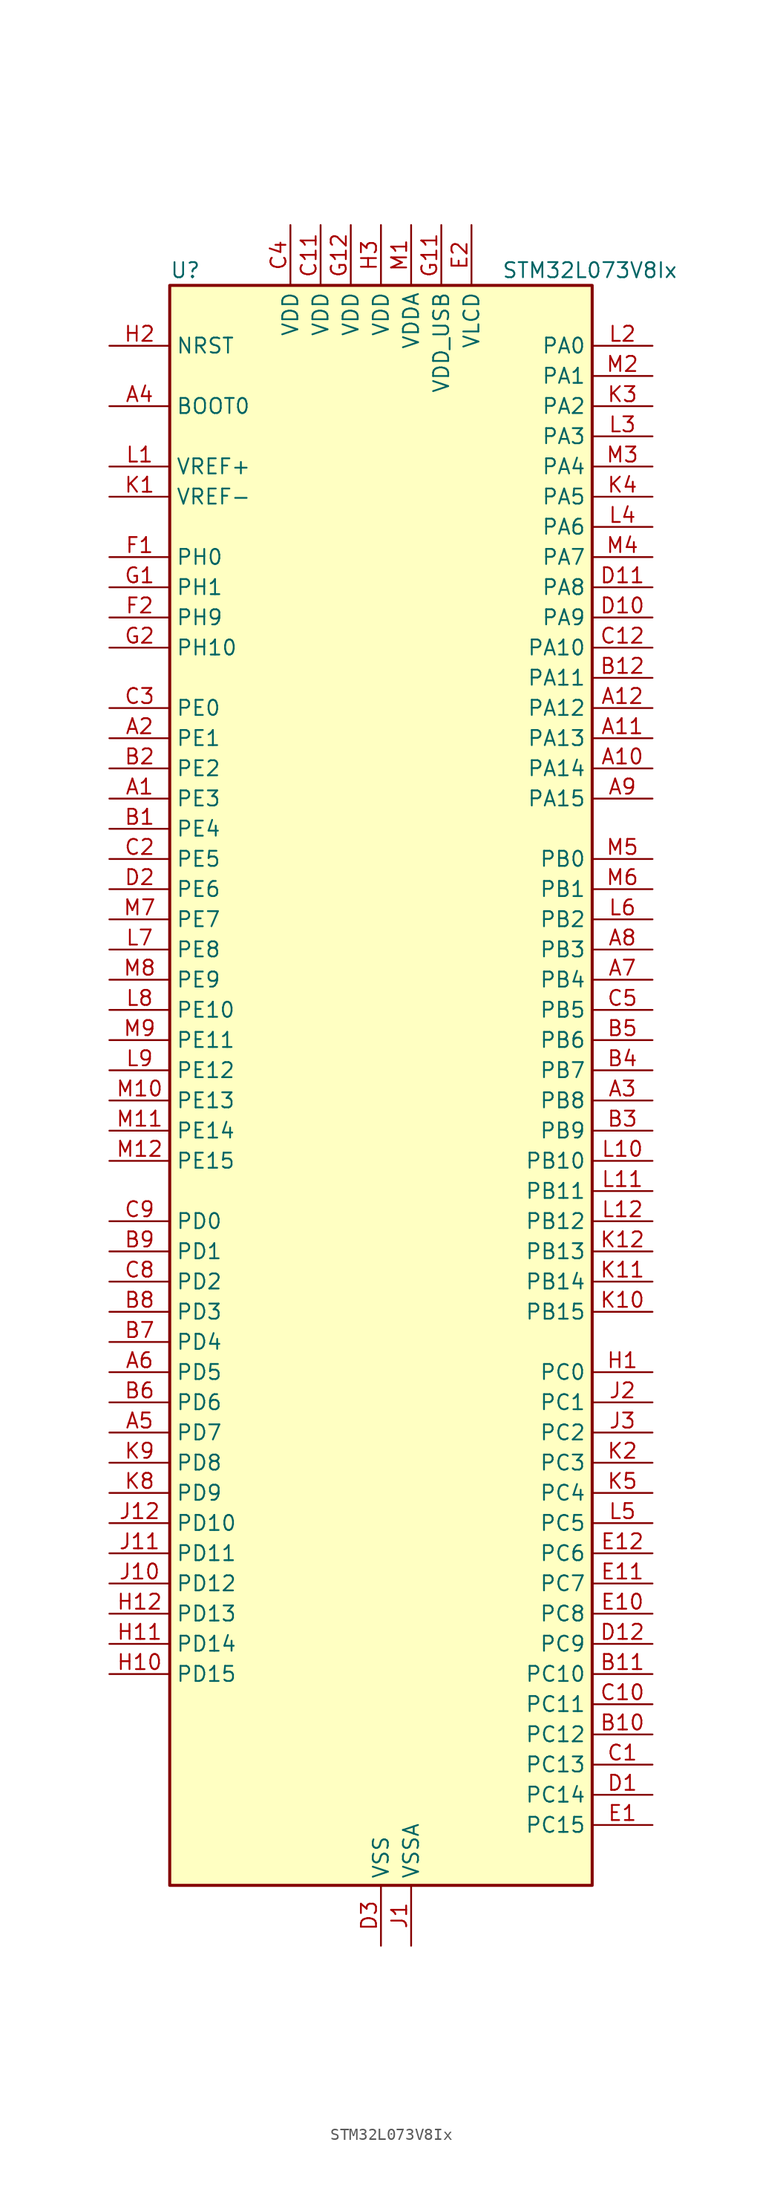
<source format=kicad_sym>
(kicad_symbol_lib
  (version 20241209)
  (generator "kicad_symbol_editor")
  (generator_version "9.0")
  (symbol "STM32L073V8Ix"
    (property "Reference" "U"
      (at -17.78 69.85 0)
      (effects (font (size 1.27 1.27)) (justify left)))
    (property "Value" "STM32L073V8Ix"
      (at 10.16 69.85 0)
      (effects (font (size 1.27 1.27)) (justify left)))
    (symbol "STM32L073V8Ix_0_1"
      (rectangle (start -17.78 -66.04) (end 17.78 68.58) (stroke (width 0.254) (type default)) (fill (type background))))
    (symbol "STM32L073V8Ix_1_1"
      (pin input line (at -22.86 63.5 0) (length 5.08) (name "NRST" (effects (font (size 1.27 1.27)))) (number "H2" (effects (font (size 1.27 1.27)))))
      (pin input line (at -22.86 58.42 0) (length 5.08) (name "BOOT0" (effects (font (size 1.27 1.27)))) (number "A4" (effects (font (size 1.27 1.27)))))
      (pin input line (at -22.86 53.34 0) (length 5.08) (name "VREF+" (effects (font (size 1.27 1.27)))) (number "L1" (effects (font (size 1.27 1.27)))))
      (pin input line (at -22.86 50.8 0) (length 5.08) (name "VREF-" (effects (font (size 1.27 1.27)))) (number "K1" (effects (font (size 1.27 1.27)))))
      (pin bidirectional line (at -22.86 45.72 0) (length 5.08) (name "PH0" (effects (font (size 1.27 1.27)))) (number "F1" (effects (font (size 1.27 1.27)))) (alternate "CRS_SYNC" bidirectional line) (alternate "RCC_OSC_IN" bidirectional line))
      (pin bidirectional line (at -22.86 43.18 0) (length 5.08) (name "PH1" (effects (font (size 1.27 1.27)))) (number "G1" (effects (font (size 1.27 1.27)))) (alternate "RCC_OSC_OUT" bidirectional line))
      (pin bidirectional line (at -22.86 40.64 0) (length 5.08) (name "PH9" (effects (font (size 1.27 1.27)))) (number "F2" (effects (font (size 1.27 1.27)))) (alternate "DAC_EXTI9" bidirectional line))
      (pin bidirectional line (at -22.86 38.1 0) (length 5.08) (name "PH10" (effects (font (size 1.27 1.27)))) (number "G2" (effects (font (size 1.27 1.27)))))
      (pin bidirectional line (at -22.86 33.02 0) (length 5.08) (name "PE0" (effects (font (size 1.27 1.27)))) (number "C3" (effects (font (size 1.27 1.27)))) (alternate "LCD_SEG36" bidirectional line))
      (pin bidirectional line (at -22.86 30.48 0) (length 5.08) (name "PE1" (effects (font (size 1.27 1.27)))) (number "A2" (effects (font (size 1.27 1.27)))) (alternate "LCD_SEG37" bidirectional line))
      (pin bidirectional line (at -22.86 27.94 0) (length 5.08) (name "PE2" (effects (font (size 1.27 1.27)))) (number "B2" (effects (font (size 1.27 1.27)))) (alternate "LCD_SEG38" bidirectional line) (alternate "TIM3_ETR" bidirectional line))
      (pin bidirectional line (at -22.86 25.4 0) (length 5.08) (name "PE3" (effects (font (size 1.27 1.27)))) (number "A1" (effects (font (size 1.27 1.27)))) (alternate "LCD_SEG39" bidirectional line) (alternate "TIM22_CH1" bidirectional line) (alternate "TIM3_CH1" bidirectional line))
      (pin bidirectional line (at -22.86 22.86 0) (length 5.08) (name "PE4" (effects (font (size 1.27 1.27)))) (number "B1" (effects (font (size 1.27 1.27)))) (alternate "TIM22_CH2" bidirectional line) (alternate "TIM3_CH2" bidirectional line))
      (pin bidirectional line (at -22.86 20.32 0) (length 5.08) (name "PE5" (effects (font (size 1.27 1.27)))) (number "C2" (effects (font (size 1.27 1.27)))) (alternate "TIM21_CH1" bidirectional line) (alternate "TIM3_CH3" bidirectional line))
      (pin bidirectional line (at -22.86 17.78 0) (length 5.08) (name "PE6" (effects (font (size 1.27 1.27)))) (number "D2" (effects (font (size 1.27 1.27)))) (alternate "RTC_TAMP3" bidirectional line) (alternate "SYS_WKUP3" bidirectional line) (alternate "TIM21_CH2" bidirectional line) (alternate "TIM3_CH4" bidirectional line))
      (pin bidirectional line (at -22.86 15.24 0) (length 5.08) (name "PE7" (effects (font (size 1.27 1.27)))) (number "M7" (effects (font (size 1.27 1.27)))) (alternate "LCD_SEG45" bidirectional line) (alternate "USART5_CK" bidirectional line) (alternate "USART5_DE" bidirectional line) (alternate "USART5_RTS" bidirectional line))
      (pin bidirectional line (at -22.86 12.7 0) (length 5.08) (name "PE8" (effects (font (size 1.27 1.27)))) (number "L7" (effects (font (size 1.27 1.27)))) (alternate "LCD_SEG46" bidirectional line) (alternate "USART4_TX" bidirectional line))
      (pin bidirectional line (at -22.86 10.16 0) (length 5.08) (name "PE9" (effects (font (size 1.27 1.27)))) (number "M8" (effects (font (size 1.27 1.27)))) (alternate "DAC_EXTI9" bidirectional line) (alternate "LCD_SEG47" bidirectional line) (alternate "TIM2_CH1" bidirectional line) (alternate "TIM2_ETR" bidirectional line) (alternate "USART4_RX" bidirectional line))
      (pin bidirectional line (at -22.86 7.62 0) (length 5.08) (name "PE10" (effects (font (size 1.27 1.27)))) (number "L8" (effects (font (size 1.27 1.27)))) (alternate "LCD_SEG40" bidirectional line) (alternate "TIM2_CH2" bidirectional line) (alternate "USART5_TX" bidirectional line))
      (pin bidirectional line (at -22.86 5.08 0) (length 5.08) (name "PE11" (effects (font (size 1.27 1.27)))) (number "M9" (effects (font (size 1.27 1.27)))) (alternate "ADC_EXTI11" bidirectional line) (alternate "LCD_VLCD1" bidirectional line) (alternate "TIM2_CH3" bidirectional line) (alternate "USART5_RX" bidirectional line))
      (pin bidirectional line (at -22.86 2.54 0) (length 5.08) (name "PE12" (effects (font (size 1.27 1.27)))) (number "L9" (effects (font (size 1.27 1.27)))) (alternate "LCD_VLCD3" bidirectional line) (alternate "SPI1_NSS" bidirectional line) (alternate "TIM2_CH4" bidirectional line))
      (pin bidirectional line (at -22.86 0 0) (length 5.08) (name "PE13" (effects (font (size 1.27 1.27)))) (number "M10" (effects (font (size 1.27 1.27)))) (alternate "LCD_SEG41" bidirectional line) (alternate "SPI1_SCK" bidirectional line))
      (pin bidirectional line (at -22.86 -2.54 0) (length 5.08) (name "PE14" (effects (font (size 1.27 1.27)))) (number "M11" (effects (font (size 1.27 1.27)))) (alternate "LCD_SEG42" bidirectional line) (alternate "SPI1_MISO" bidirectional line))
      (pin bidirectional line (at -22.86 -5.08 0) (length 5.08) (name "PE15" (effects (font (size 1.27 1.27)))) (number "M12" (effects (font (size 1.27 1.27)))) (alternate "LCD_SEG43" bidirectional line) (alternate "SPI1_MOSI" bidirectional line))
      (pin bidirectional line (at -22.86 -10.16 0) (length 5.08) (name "PD0" (effects (font (size 1.27 1.27)))) (number "C9" (effects (font (size 1.27 1.27)))) (alternate "I2S2_WS" bidirectional line) (alternate "SPI2_NSS" bidirectional line) (alternate "TIM21_CH1" bidirectional line))
      (pin bidirectional line (at -22.86 -12.7 0) (length 5.08) (name "PD1" (effects (font (size 1.27 1.27)))) (number "B9" (effects (font (size 1.27 1.27)))) (alternate "I2S2_CK" bidirectional line) (alternate "SPI2_SCK" bidirectional line))
      (pin bidirectional line (at -22.86 -15.24 0) (length 5.08) (name "PD2" (effects (font (size 1.27 1.27)))) (number "C8" (effects (font (size 1.27 1.27)))) (alternate "LCD_COM7" bidirectional line) (alternate "LCD_SEG31" bidirectional line) (alternate "LCD_SEG51" bidirectional line) (alternate "LPUART1_DE" bidirectional line) (alternate "LPUART1_RTS" bidirectional line) (alternate "TIM3_ETR" bidirectional line) (alternate "USART5_RX" bidirectional line))
      (pin bidirectional line (at -22.86 -17.78 0) (length 5.08) (name "PD3" (effects (font (size 1.27 1.27)))) (number "B8" (effects (font (size 1.27 1.27)))) (alternate "I2S2_MCK" bidirectional line) (alternate "LCD_SEG44" bidirectional line) (alternate "SPI2_MISO" bidirectional line) (alternate "USART2_CTS" bidirectional line))
      (pin bidirectional line (at -22.86 -20.32 0) (length 5.08) (name "PD4" (effects (font (size 1.27 1.27)))) (number "B7" (effects (font (size 1.27 1.27)))) (alternate "I2S2_SD" bidirectional line) (alternate "SPI2_MOSI" bidirectional line) (alternate "USART2_DE" bidirectional line) (alternate "USART2_RTS" bidirectional line))
      (pin bidirectional line (at -22.86 -22.86 0) (length 5.08) (name "PD5" (effects (font (size 1.27 1.27)))) (number "A6" (effects (font (size 1.27 1.27)))) (alternate "USART2_TX" bidirectional line))
      (pin bidirectional line (at -22.86 -25.4 0) (length 5.08) (name "PD6" (effects (font (size 1.27 1.27)))) (number "B6" (effects (font (size 1.27 1.27)))) (alternate "USART2_RX" bidirectional line))
      (pin bidirectional line (at -22.86 -27.94 0) (length 5.08) (name "PD7" (effects (font (size 1.27 1.27)))) (number "A5" (effects (font (size 1.27 1.27)))) (alternate "TIM21_CH2" bidirectional line) (alternate "USART2_CK" bidirectional line))
      (pin bidirectional line (at -22.86 -30.48 0) (length 5.08) (name "PD8" (effects (font (size 1.27 1.27)))) (number "K9" (effects (font (size 1.27 1.27)))) (alternate "LCD_SEG28" bidirectional line) (alternate "LPUART1_TX" bidirectional line))
      (pin bidirectional line (at -22.86 -33.02 0) (length 5.08) (name "PD9" (effects (font (size 1.27 1.27)))) (number "K8" (effects (font (size 1.27 1.27)))) (alternate "DAC_EXTI9" bidirectional line) (alternate "LCD_SEG29" bidirectional line) (alternate "LPUART1_RX" bidirectional line))
      (pin bidirectional line (at -22.86 -35.56 0) (length 5.08) (name "PD10" (effects (font (size 1.27 1.27)))) (number "J12" (effects (font (size 1.27 1.27)))) (alternate "LCD_SEG30" bidirectional line))
      (pin bidirectional line (at -22.86 -38.1 0) (length 5.08) (name "PD11" (effects (font (size 1.27 1.27)))) (number "J11" (effects (font (size 1.27 1.27)))) (alternate "ADC_EXTI11" bidirectional line) (alternate "LCD_SEG31" bidirectional line) (alternate "LPUART1_CTS" bidirectional line))
      (pin bidirectional line (at -22.86 -40.64 0) (length 5.08) (name "PD12" (effects (font (size 1.27 1.27)))) (number "J10" (effects (font (size 1.27 1.27)))) (alternate "LCD_SEG32" bidirectional line) (alternate "LPUART1_DE" bidirectional line) (alternate "LPUART1_RTS" bidirectional line))
      (pin bidirectional line (at -22.86 -43.18 0) (length 5.08) (name "PD13" (effects (font (size 1.27 1.27)))) (number "H12" (effects (font (size 1.27 1.27)))) (alternate "LCD_SEG33" bidirectional line))
      (pin bidirectional line (at -22.86 -45.72 0) (length 5.08) (name "PD14" (effects (font (size 1.27 1.27)))) (number "H11" (effects (font (size 1.27 1.27)))) (alternate "LCD_SEG34" bidirectional line))
      (pin bidirectional line (at -22.86 -48.26 0) (length 5.08) (name "PD15" (effects (font (size 1.27 1.27)))) (number "H10" (effects (font (size 1.27 1.27)))) (alternate "CRS_SYNC" bidirectional line) (alternate "LCD_SEG35" bidirectional line))
      (pin power_in line (at -7.62 73.66 270) (length 5.08) (name "VDD" (effects (font (size 1.27 1.27)))) (number "C4" (effects (font (size 1.27 1.27)))))
      (pin power_in line (at -5.08 73.66 270) (length 5.08) (name "VDD" (effects (font (size 1.27 1.27)))) (number "C11" (effects (font (size 1.27 1.27)))))
      (pin power_in line (at -2.54 73.66 270) (length 5.08) (name "VDD" (effects (font (size 1.27 1.27)))) (number "G12" (effects (font (size 1.27 1.27)))))
      (pin power_in line (at 0 73.66 270) (length 5.08) (name "VDD" (effects (font (size 1.27 1.27)))) (number "H3" (effects (font (size 1.27 1.27)))))
      (pin power_in line (at 0 -71.12 90) (length 5.08) (name "VSS" (effects (font (size 1.27 1.27)))) (number "D3" (effects (font (size 1.27 1.27)))))
      (pin passive line (at 0 -71.12 90) (length 5.08) (hide yes) (name "VSS" (effects (font (size 1.27 1.27)))) (number "E3" (effects (font (size 1.27 1.27)))))
      (pin passive line (at 0 -71.12 90) (length 5.08) (hide yes) (name "VSS" (effects (font (size 1.27 1.27)))) (number "F11" (effects (font (size 1.27 1.27)))))
      (pin passive line (at 0 -71.12 90) (length 5.08) (hide yes) (name "VSS" (effects (font (size 1.27 1.27)))) (number "F12" (effects (font (size 1.27 1.27)))))
      (pin power_in line (at 2.54 73.66 270) (length 5.08) (name "VDDA" (effects (font (size 1.27 1.27)))) (number "M1" (effects (font (size 1.27 1.27)))))
      (pin power_in line (at 2.54 -71.12 90) (length 5.08) (name "VSSA" (effects (font (size 1.27 1.27)))) (number "J1" (effects (font (size 1.27 1.27)))))
      (pin power_in line (at 5.08 73.66 270) (length 5.08) (name "VDD_USB" (effects (font (size 1.27 1.27)))) (number "G11" (effects (font (size 1.27 1.27)))))
      (pin power_in line (at 7.62 73.66 270) (length 5.08) (name "VLCD" (effects (font (size 1.27 1.27)))) (number "E2" (effects (font (size 1.27 1.27)))))
      (pin bidirectional line (at 22.86 63.5 180) (length 5.08) (name "PA0" (effects (font (size 1.27 1.27)))) (number "L2" (effects (font (size 1.27 1.27)))) (alternate "ADC_IN0" bidirectional line) (alternate "COMP1_INM" bidirectional line) (alternate "COMP1_OUT" bidirectional line) (alternate "RTC_TAMP2" bidirectional line) (alternate "SYS_WKUP1" bidirectional line) (alternate "TIM2_CH1" bidirectional line) (alternate "TIM2_ETR" bidirectional line) (alternate "TSC_G1_IO1" bidirectional line) (alternate "USART2_CTS" bidirectional line) (alternate "USART4_TX" bidirectional line))
      (pin bidirectional line (at 22.86 60.96 180) (length 5.08) (name "PA1" (effects (font (size 1.27 1.27)))) (number "M2" (effects (font (size 1.27 1.27)))) (alternate "ADC_IN1" bidirectional line) (alternate "COMP1_INP" bidirectional line) (alternate "LCD_SEG0" bidirectional line) (alternate "TIM21_ETR" bidirectional line) (alternate "TIM2_CH2" bidirectional line) (alternate "TSC_G1_IO2" bidirectional line) (alternate "USART2_DE" bidirectional line) (alternate "USART2_RTS" bidirectional line) (alternate "USART4_RX" bidirectional line))
      (pin bidirectional line (at 22.86 58.42 180) (length 5.08) (name "PA2" (effects (font (size 1.27 1.27)))) (number "K3" (effects (font (size 1.27 1.27)))) (alternate "ADC_IN2" bidirectional line) (alternate "COMP2_INM" bidirectional line) (alternate "COMP2_OUT" bidirectional line) (alternate "LCD_SEG1" bidirectional line) (alternate "LPUART1_TX" bidirectional line) (alternate "TIM21_CH1" bidirectional line) (alternate "TIM2_CH3" bidirectional line) (alternate "TSC_G1_IO3" bidirectional line) (alternate "USART2_TX" bidirectional line))
      (pin bidirectional line (at 22.86 55.88 180) (length 5.08) (name "PA3" (effects (font (size 1.27 1.27)))) (number "L3" (effects (font (size 1.27 1.27)))) (alternate "ADC_IN3" bidirectional line) (alternate "COMP2_INP" bidirectional line) (alternate "LCD_SEG2" bidirectional line) (alternate "LPUART1_RX" bidirectional line) (alternate "TIM21_CH2" bidirectional line) (alternate "TIM2_CH4" bidirectional line) (alternate "TSC_G1_IO4" bidirectional line) (alternate "USART2_RX" bidirectional line))
      (pin bidirectional line (at 22.86 53.34 180) (length 5.08) (name "PA4" (effects (font (size 1.27 1.27)))) (number "M3" (effects (font (size 1.27 1.27)))) (alternate "ADC_IN4" bidirectional line) (alternate "COMP1_INM" bidirectional line) (alternate "COMP2_INM" bidirectional line) (alternate "DAC_OUT1" bidirectional line) (alternate "SPI1_NSS" bidirectional line) (alternate "TIM22_ETR" bidirectional line) (alternate "TSC_G2_IO1" bidirectional line) (alternate "USART2_CK" bidirectional line))
      (pin bidirectional line (at 22.86 50.8 180) (length 5.08) (name "PA5" (effects (font (size 1.27 1.27)))) (number "K4" (effects (font (size 1.27 1.27)))) (alternate "ADC_IN5" bidirectional line) (alternate "COMP1_INM" bidirectional line) (alternate "COMP2_INM" bidirectional line) (alternate "DAC_OUT2" bidirectional line) (alternate "SPI1_SCK" bidirectional line) (alternate "TIM2_CH1" bidirectional line) (alternate "TIM2_ETR" bidirectional line) (alternate "TSC_G2_IO2" bidirectional line))
      (pin bidirectional line (at 22.86 48.26 180) (length 5.08) (name "PA6" (effects (font (size 1.27 1.27)))) (number "L4" (effects (font (size 1.27 1.27)))) (alternate "ADC_IN6" bidirectional line) (alternate "COMP1_OUT" bidirectional line) (alternate "LCD_SEG3" bidirectional line) (alternate "LPUART1_CTS" bidirectional line) (alternate "SPI1_MISO" bidirectional line) (alternate "TIM22_CH1" bidirectional line) (alternate "TIM3_CH1" bidirectional line) (alternate "TSC_G2_IO3" bidirectional line))
      (pin bidirectional line (at 22.86 45.72 180) (length 5.08) (name "PA7" (effects (font (size 1.27 1.27)))) (number "M4" (effects (font (size 1.27 1.27)))) (alternate "ADC_IN7" bidirectional line) (alternate "COMP2_OUT" bidirectional line) (alternate "LCD_SEG4" bidirectional line) (alternate "SPI1_MOSI" bidirectional line) (alternate "TIM22_CH2" bidirectional line) (alternate "TIM3_CH2" bidirectional line) (alternate "TSC_G2_IO4" bidirectional line))
      (pin bidirectional line (at 22.86 43.18 180) (length 5.08) (name "PA8" (effects (font (size 1.27 1.27)))) (number "D11" (effects (font (size 1.27 1.27)))) (alternate "CRS_SYNC" bidirectional line) (alternate "I2C3_SCL" bidirectional line) (alternate "LCD_COM0" bidirectional line) (alternate "RCC_MCO" bidirectional line) (alternate "USART1_CK" bidirectional line))
      (pin bidirectional line (at 22.86 40.64 180) (length 5.08) (name "PA9" (effects (font (size 1.27 1.27)))) (number "D10" (effects (font (size 1.27 1.27)))) (alternate "DAC_EXTI9" bidirectional line) (alternate "I2C1_SCL" bidirectional line) (alternate "I2C3_SMBA" bidirectional line) (alternate "LCD_COM1" bidirectional line) (alternate "RCC_MCO" bidirectional line) (alternate "TSC_G4_IO1" bidirectional line) (alternate "USART1_TX" bidirectional line))
      (pin bidirectional line (at 22.86 38.1 180) (length 5.08) (name "PA10" (effects (font (size 1.27 1.27)))) (number "C12" (effects (font (size 1.27 1.27)))) (alternate "I2C1_SDA" bidirectional line) (alternate "LCD_COM2" bidirectional line) (alternate "TSC_G4_IO2" bidirectional line) (alternate "USART1_RX" bidirectional line))
      (pin bidirectional line (at 22.86 35.56 180) (length 5.08) (name "PA11" (effects (font (size 1.27 1.27)))) (number "B12" (effects (font (size 1.27 1.27)))) (alternate "ADC_EXTI11" bidirectional line) (alternate "COMP1_OUT" bidirectional line) (alternate "SPI1_MISO" bidirectional line) (alternate "TSC_G4_IO3" bidirectional line) (alternate "USART1_CTS" bidirectional line) (alternate "USB_DM" bidirectional line))
      (pin bidirectional line (at 22.86 33.02 180) (length 5.08) (name "PA12" (effects (font (size 1.27 1.27)))) (number "A12" (effects (font (size 1.27 1.27)))) (alternate "COMP2_OUT" bidirectional line) (alternate "SPI1_MOSI" bidirectional line) (alternate "TSC_G4_IO4" bidirectional line) (alternate "USART1_DE" bidirectional line) (alternate "USART1_RTS" bidirectional line) (alternate "USB_DP" bidirectional line))
      (pin bidirectional line (at 22.86 30.48 180) (length 5.08) (name "PA13" (effects (font (size 1.27 1.27)))) (number "A11" (effects (font (size 1.27 1.27)))) (alternate "LPUART1_RX" bidirectional line) (alternate "SYS_SWDIO" bidirectional line) (alternate "USB_NOE" bidirectional line))
      (pin bidirectional line (at 22.86 27.94 180) (length 5.08) (name "PA14" (effects (font (size 1.27 1.27)))) (number "A10" (effects (font (size 1.27 1.27)))) (alternate "LPUART1_TX" bidirectional line) (alternate "SYS_SWCLK" bidirectional line) (alternate "USART2_TX" bidirectional line))
      (pin bidirectional line (at 22.86 25.4 180) (length 5.08) (name "PA15" (effects (font (size 1.27 1.27)))) (number "A9" (effects (font (size 1.27 1.27)))) (alternate "LCD_SEG17" bidirectional line) (alternate "SPI1_NSS" bidirectional line) (alternate "TIM2_CH1" bidirectional line) (alternate "TIM2_ETR" bidirectional line) (alternate "USART2_RX" bidirectional line) (alternate "USART4_DE" bidirectional line) (alternate "USART4_RTS" bidirectional line))
      (pin bidirectional line (at 22.86 20.32 180) (length 5.08) (name "PB0" (effects (font (size 1.27 1.27)))) (number "M5" (effects (font (size 1.27 1.27)))) (alternate "ADC_IN8" bidirectional line) (alternate "LCD_SEG5" bidirectional line) (alternate "LCD_VLCD3" bidirectional line) (alternate "SYS_VREF_OUT_PB0" bidirectional line) (alternate "TIM3_CH3" bidirectional line) (alternate "TSC_G3_IO2" bidirectional line))
      (pin bidirectional line (at 22.86 17.78 180) (length 5.08) (name "PB1" (effects (font (size 1.27 1.27)))) (number "M6" (effects (font (size 1.27 1.27)))) (alternate "ADC_IN9" bidirectional line) (alternate "LCD_SEG6" bidirectional line) (alternate "LPUART1_DE" bidirectional line) (alternate "LPUART1_RTS" bidirectional line) (alternate "SYS_VREF_OUT_PB1" bidirectional line) (alternate "TIM3_CH4" bidirectional line) (alternate "TSC_G3_IO3" bidirectional line))
      (pin bidirectional line (at 22.86 15.24 180) (length 5.08) (name "PB2" (effects (font (size 1.27 1.27)))) (number "L6" (effects (font (size 1.27 1.27)))) (alternate "I2C3_SMBA" bidirectional line) (alternate "LCD_VLCD2" bidirectional line) (alternate "LPTIM1_OUT" bidirectional line) (alternate "TSC_G3_IO4" bidirectional line))
      (pin bidirectional line (at 22.86 12.7 180) (length 5.08) (name "PB3" (effects (font (size 1.27 1.27)))) (number "A8" (effects (font (size 1.27 1.27)))) (alternate "COMP2_INM" bidirectional line) (alternate "LCD_SEG7" bidirectional line) (alternate "SPI1_SCK" bidirectional line) (alternate "TIM2_CH2" bidirectional line) (alternate "TSC_G5_IO1" bidirectional line) (alternate "USART1_DE" bidirectional line) (alternate "USART1_RTS" bidirectional line) (alternate "USART5_TX" bidirectional line))
      (pin bidirectional line (at 22.86 10.16 180) (length 5.08) (name "PB4" (effects (font (size 1.27 1.27)))) (number "A7" (effects (font (size 1.27 1.27)))) (alternate "COMP2_INP" bidirectional line) (alternate "I2C3_SDA" bidirectional line) (alternate "LCD_SEG8" bidirectional line) (alternate "SPI1_MISO" bidirectional line) (alternate "TIM22_CH1" bidirectional line) (alternate "TIM3_CH1" bidirectional line) (alternate "TSC_G5_IO2" bidirectional line) (alternate "USART1_CTS" bidirectional line) (alternate "USART5_RX" bidirectional line))
      (pin bidirectional line (at 22.86 7.62 180) (length 5.08) (name "PB5" (effects (font (size 1.27 1.27)))) (number "C5" (effects (font (size 1.27 1.27)))) (alternate "COMP2_INP" bidirectional line) (alternate "I2C1_SMBA" bidirectional line) (alternate "LCD_SEG9" bidirectional line) (alternate "LPTIM1_IN1" bidirectional line) (alternate "SPI1_MOSI" bidirectional line) (alternate "TIM22_CH2" bidirectional line) (alternate "TIM3_CH2" bidirectional line) (alternate "USART1_CK" bidirectional line) (alternate "USART5_CK" bidirectional line) (alternate "USART5_DE" bidirectional line) (alternate "USART5_RTS" bidirectional line))
      (pin bidirectional line (at 22.86 5.08 180) (length 5.08) (name "PB6" (effects (font (size 1.27 1.27)))) (number "B5" (effects (font (size 1.27 1.27)))) (alternate "COMP2_INP" bidirectional line) (alternate "I2C1_SCL" bidirectional line) (alternate "LPTIM1_ETR" bidirectional line) (alternate "TSC_G5_IO3" bidirectional line) (alternate "USART1_TX" bidirectional line))
      (pin bidirectional line (at 22.86 2.54 180) (length 5.08) (name "PB7" (effects (font (size 1.27 1.27)))) (number "B4" (effects (font (size 1.27 1.27)))) (alternate "COMP2_INP" bidirectional line) (alternate "I2C1_SDA" bidirectional line) (alternate "LPTIM1_IN2" bidirectional line) (alternate "SYS_PVD_IN" bidirectional line) (alternate "TSC_G5_IO4" bidirectional line) (alternate "USART1_RX" bidirectional line) (alternate "USART4_CTS" bidirectional line))
      (pin bidirectional line (at 22.86 0 180) (length 5.08) (name "PB8" (effects (font (size 1.27 1.27)))) (number "A3" (effects (font (size 1.27 1.27)))) (alternate "I2C1_SCL" bidirectional line) (alternate "LCD_SEG16" bidirectional line) (alternate "TSC_SYNC" bidirectional line))
      (pin bidirectional line (at 22.86 -2.54 180) (length 5.08) (name "PB9" (effects (font (size 1.27 1.27)))) (number "B3" (effects (font (size 1.27 1.27)))) (alternate "DAC_EXTI9" bidirectional line) (alternate "I2C1_SDA" bidirectional line) (alternate "I2S2_WS" bidirectional line) (alternate "LCD_COM3" bidirectional line) (alternate "SPI2_NSS" bidirectional line))
      (pin bidirectional line (at 22.86 -5.08 180) (length 5.08) (name "PB10" (effects (font (size 1.27 1.27)))) (number "L10" (effects (font (size 1.27 1.27)))) (alternate "I2C2_SCL" bidirectional line) (alternate "LCD_SEG10" bidirectional line) (alternate "LPUART1_RX" bidirectional line) (alternate "LPUART1_TX" bidirectional line) (alternate "SPI2_SCK" bidirectional line) (alternate "TIM2_CH3" bidirectional line) (alternate "TSC_SYNC" bidirectional line))
      (pin bidirectional line (at 22.86 -7.62 180) (length 5.08) (name "PB11" (effects (font (size 1.27 1.27)))) (number "L11" (effects (font (size 1.27 1.27)))) (alternate "ADC_EXTI11" bidirectional line) (alternate "I2C2_SDA" bidirectional line) (alternate "LCD_SEG11" bidirectional line) (alternate "LPUART1_RX" bidirectional line) (alternate "LPUART1_TX" bidirectional line) (alternate "TIM2_CH4" bidirectional line) (alternate "TSC_G6_IO1" bidirectional line))
      (pin bidirectional line (at 22.86 -10.16 180) (length 5.08) (name "PB12" (effects (font (size 1.27 1.27)))) (number "L12" (effects (font (size 1.27 1.27)))) (alternate "I2S2_WS" bidirectional line) (alternate "LCD_SEG12" bidirectional line) (alternate "LCD_VLCD2" bidirectional line) (alternate "LPUART1_DE" bidirectional line) (alternate "LPUART1_RTS" bidirectional line) (alternate "SPI2_NSS" bidirectional line) (alternate "TSC_G6_IO2" bidirectional line))
      (pin bidirectional line (at 22.86 -12.7 180) (length 5.08) (name "PB13" (effects (font (size 1.27 1.27)))) (number "K12" (effects (font (size 1.27 1.27)))) (alternate "I2C2_SCL" bidirectional line) (alternate "I2S2_CK" bidirectional line) (alternate "LCD_SEG13" bidirectional line) (alternate "LPUART1_CTS" bidirectional line) (alternate "RCC_MCO" bidirectional line) (alternate "SPI2_SCK" bidirectional line) (alternate "TIM21_CH1" bidirectional line) (alternate "TSC_G6_IO3" bidirectional line))
      (pin bidirectional line (at 22.86 -15.24 180) (length 5.08) (name "PB14" (effects (font (size 1.27 1.27)))) (number "K11" (effects (font (size 1.27 1.27)))) (alternate "I2C2_SDA" bidirectional line) (alternate "I2S2_MCK" bidirectional line) (alternate "LCD_SEG14" bidirectional line) (alternate "LPUART1_DE" bidirectional line) (alternate "LPUART1_RTS" bidirectional line) (alternate "RTC_OUT_ALARM" bidirectional line) (alternate "RTC_OUT_CALIB" bidirectional line) (alternate "SPI2_MISO" bidirectional line) (alternate "TIM21_CH2" bidirectional line) (alternate "TSC_G6_IO4" bidirectional line))
      (pin bidirectional line (at 22.86 -17.78 180) (length 5.08) (name "PB15" (effects (font (size 1.27 1.27)))) (number "K10" (effects (font (size 1.27 1.27)))) (alternate "I2S2_SD" bidirectional line) (alternate "LCD_SEG15" bidirectional line) (alternate "RTC_REFIN" bidirectional line) (alternate "SPI2_MOSI" bidirectional line))
      (pin bidirectional line (at 22.86 -22.86 180) (length 5.08) (name "PC0" (effects (font (size 1.27 1.27)))) (number "H1" (effects (font (size 1.27 1.27)))) (alternate "ADC_IN10" bidirectional line) (alternate "I2C3_SCL" bidirectional line) (alternate "LCD_SEG18" bidirectional line) (alternate "LPTIM1_IN1" bidirectional line) (alternate "LPUART1_RX" bidirectional line) (alternate "TSC_G7_IO1" bidirectional line))
      (pin bidirectional line (at 22.86 -25.4 180) (length 5.08) (name "PC1" (effects (font (size 1.27 1.27)))) (number "J2" (effects (font (size 1.27 1.27)))) (alternate "ADC_IN11" bidirectional line) (alternate "I2C3_SDA" bidirectional line) (alternate "LCD_SEG19" bidirectional line) (alternate "LPTIM1_OUT" bidirectional line) (alternate "LPUART1_TX" bidirectional line) (alternate "TSC_G7_IO2" bidirectional line))
      (pin bidirectional line (at 22.86 -27.94 180) (length 5.08) (name "PC2" (effects (font (size 1.27 1.27)))) (number "J3" (effects (font (size 1.27 1.27)))) (alternate "ADC_IN12" bidirectional line) (alternate "I2S2_MCK" bidirectional line) (alternate "LCD_SEG20" bidirectional line) (alternate "LPTIM1_IN2" bidirectional line) (alternate "SPI2_MISO" bidirectional line) (alternate "TSC_G7_IO3" bidirectional line))
      (pin bidirectional line (at 22.86 -30.48 180) (length 5.08) (name "PC3" (effects (font (size 1.27 1.27)))) (number "K2" (effects (font (size 1.27 1.27)))) (alternate "ADC_IN13" bidirectional line) (alternate "I2S2_SD" bidirectional line) (alternate "LCD_SEG21" bidirectional line) (alternate "LPTIM1_ETR" bidirectional line) (alternate "SPI2_MOSI" bidirectional line) (alternate "TSC_G7_IO4" bidirectional line))
      (pin bidirectional line (at 22.86 -33.02 180) (length 5.08) (name "PC4" (effects (font (size 1.27 1.27)))) (number "K5" (effects (font (size 1.27 1.27)))) (alternate "ADC_IN14" bidirectional line) (alternate "LCD_SEG22" bidirectional line) (alternate "LPUART1_TX" bidirectional line))
      (pin bidirectional line (at 22.86 -35.56 180) (length 5.08) (name "PC5" (effects (font (size 1.27 1.27)))) (number "L5" (effects (font (size 1.27 1.27)))) (alternate "ADC_IN15" bidirectional line) (alternate "LCD_SEG23" bidirectional line) (alternate "LPUART1_RX" bidirectional line) (alternate "TSC_G3_IO1" bidirectional line))
      (pin bidirectional line (at 22.86 -38.1 180) (length 5.08) (name "PC6" (effects (font (size 1.27 1.27)))) (number "E12" (effects (font (size 1.27 1.27)))) (alternate "LCD_SEG24" bidirectional line) (alternate "TIM22_CH1" bidirectional line) (alternate "TIM3_CH1" bidirectional line) (alternate "TSC_G8_IO1" bidirectional line))
      (pin bidirectional line (at 22.86 -40.64 180) (length 5.08) (name "PC7" (effects (font (size 1.27 1.27)))) (number "E11" (effects (font (size 1.27 1.27)))) (alternate "LCD_SEG25" bidirectional line) (alternate "TIM22_CH2" bidirectional line) (alternate "TIM3_CH2" bidirectional line) (alternate "TSC_G8_IO2" bidirectional line))
      (pin bidirectional line (at 22.86 -43.18 180) (length 5.08) (name "PC8" (effects (font (size 1.27 1.27)))) (number "E10" (effects (font (size 1.27 1.27)))) (alternate "LCD_SEG26" bidirectional line) (alternate "TIM22_ETR" bidirectional line) (alternate "TIM3_CH3" bidirectional line) (alternate "TSC_G8_IO3" bidirectional line))
      (pin bidirectional line (at 22.86 -45.72 180) (length 5.08) (name "PC9" (effects (font (size 1.27 1.27)))) (number "D12" (effects (font (size 1.27 1.27)))) (alternate "DAC_EXTI9" bidirectional line) (alternate "I2C3_SDA" bidirectional line) (alternate "LCD_SEG27" bidirectional line) (alternate "TIM21_ETR" bidirectional line) (alternate "TIM3_CH4" bidirectional line) (alternate "TSC_G8_IO4" bidirectional line) (alternate "USB_NOE" bidirectional line))
      (pin bidirectional line (at 22.86 -48.26 180) (length 5.08) (name "PC10" (effects (font (size 1.27 1.27)))) (number "B11" (effects (font (size 1.27 1.27)))) (alternate "LCD_COM4" bidirectional line) (alternate "LCD_SEG28" bidirectional line) (alternate "LCD_SEG48" bidirectional line) (alternate "LPUART1_TX" bidirectional line) (alternate "USART4_TX" bidirectional line))
      (pin bidirectional line (at 22.86 -50.8 180) (length 5.08) (name "PC11" (effects (font (size 1.27 1.27)))) (number "C10" (effects (font (size 1.27 1.27)))) (alternate "ADC_EXTI11" bidirectional line) (alternate "LCD_COM5" bidirectional line) (alternate "LCD_SEG29" bidirectional line) (alternate "LCD_SEG49" bidirectional line) (alternate "LPUART1_RX" bidirectional line) (alternate "USART4_RX" bidirectional line))
      (pin bidirectional line (at 22.86 -53.34 180) (length 5.08) (name "PC12" (effects (font (size 1.27 1.27)))) (number "B10" (effects (font (size 1.27 1.27)))) (alternate "LCD_COM6" bidirectional line) (alternate "LCD_SEG30" bidirectional line) (alternate "LCD_SEG50" bidirectional line) (alternate "USART4_CK" bidirectional line) (alternate "USART5_TX" bidirectional line))
      (pin bidirectional line (at 22.86 -55.88 180) (length 5.08) (name "PC13" (effects (font (size 1.27 1.27)))) (number "C1" (effects (font (size 1.27 1.27)))) (alternate "RTC_OUT_ALARM" bidirectional line) (alternate "RTC_OUT_CALIB" bidirectional line) (alternate "RTC_TAMP1" bidirectional line) (alternate "RTC_TS" bidirectional line) (alternate "SYS_WKUP2" bidirectional line))
      (pin bidirectional line (at 22.86 -58.42 180) (length 5.08) (name "PC14" (effects (font (size 1.27 1.27)))) (number "D1" (effects (font (size 1.27 1.27)))) (alternate "RCC_OSC32_IN" bidirectional line))
      (pin bidirectional line (at 22.86 -60.96 180) (length 5.08) (name "PC15" (effects (font (size 1.27 1.27)))) (number "E1" (effects (font (size 1.27 1.27)))) (alternate "RCC_OSC32_OUT" bidirectional line)))))
</source>
